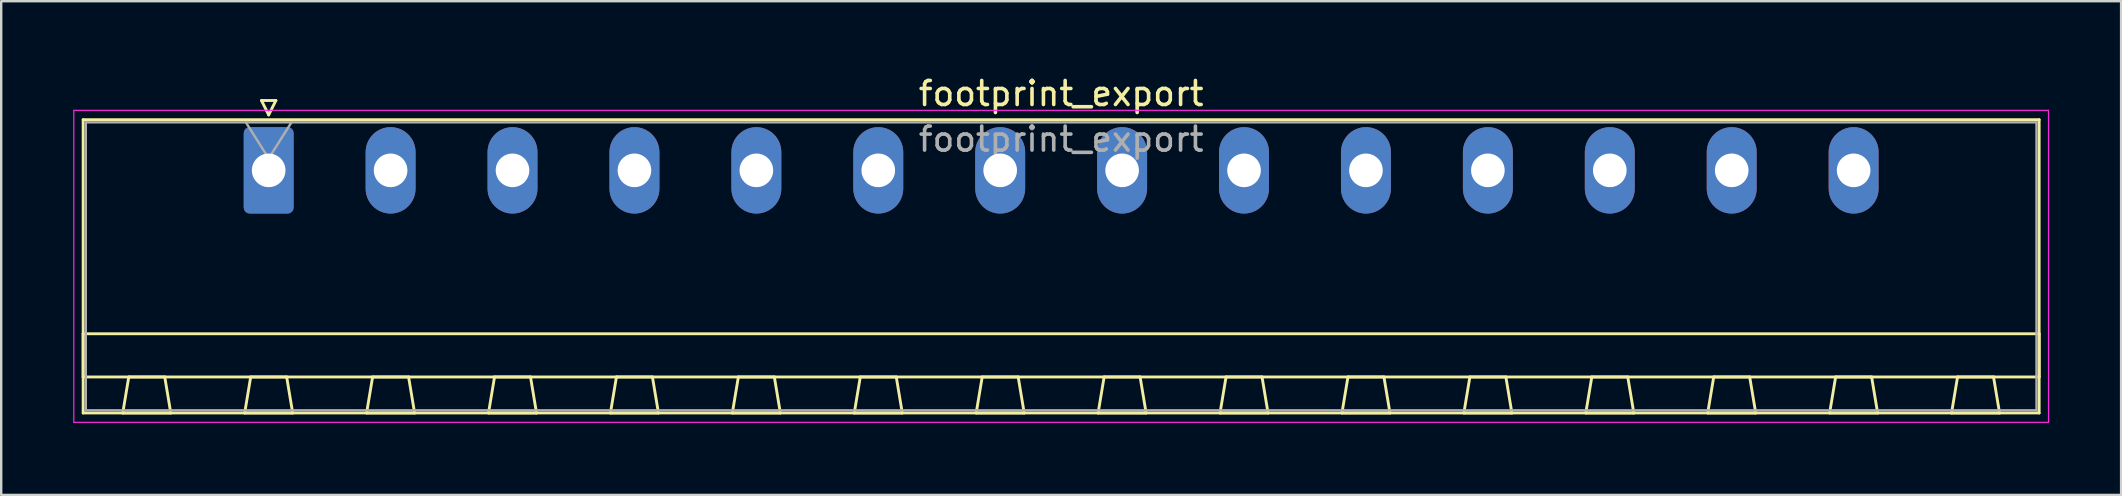
<source format=kicad_pcb>
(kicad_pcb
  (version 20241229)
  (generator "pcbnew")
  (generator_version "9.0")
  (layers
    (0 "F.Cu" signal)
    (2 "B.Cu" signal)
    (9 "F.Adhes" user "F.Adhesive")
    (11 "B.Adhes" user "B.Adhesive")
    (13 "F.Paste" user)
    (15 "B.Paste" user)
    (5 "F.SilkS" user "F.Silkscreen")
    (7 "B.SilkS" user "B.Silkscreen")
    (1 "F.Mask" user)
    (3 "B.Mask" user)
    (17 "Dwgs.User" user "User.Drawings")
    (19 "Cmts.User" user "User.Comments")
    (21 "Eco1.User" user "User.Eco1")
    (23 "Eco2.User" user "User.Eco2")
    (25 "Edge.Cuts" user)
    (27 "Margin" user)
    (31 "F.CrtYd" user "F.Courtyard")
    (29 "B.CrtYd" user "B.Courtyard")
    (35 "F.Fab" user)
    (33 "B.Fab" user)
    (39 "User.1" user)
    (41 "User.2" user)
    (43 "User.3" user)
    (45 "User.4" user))
  (footprint "footprint_export"
    (layer "F.Cu")
    (at 8.145 4.048)
    (property "Reference" "footprint_export" (at 33.02 -3.2 0) (layer "F.SilkS") (effects (font (size 1 1) (thickness 0.15))))
    (attr through_hole)
    (fp_line (start -7.73 -2.11) (end -7.73 10.11) (stroke (width 0.12) (type solid)) (layer "F.SilkS"))
    (fp_line (start -7.73 6.81) (end 73.77 6.81) (stroke (width 0.12) (type solid)) (layer "F.SilkS"))
    (fp_line (start -7.73 8.61) (end -7.73 6.81) (stroke (width 0.12) (type solid)) (layer "F.SilkS"))
    (fp_line (start -7.73 10.11) (end 73.77 10.11) (stroke (width 0.12) (type solid)) (layer "F.SilkS"))
    (fp_line (start -6.08 10.11) (end -4.08 10.11) (stroke (width 0.12) (type solid)) (layer "F.SilkS"))
    (fp_line (start -5.83 8.61) (end -6.08 10.11) (stroke (width 0.12) (type solid)) (layer "F.SilkS"))
    (fp_line (start -4.33 8.61) (end -5.83 8.61) (stroke (width 0.12) (type solid)) (layer "F.SilkS"))
    (fp_line (start -4.08 10.11) (end -4.33 8.61) (stroke (width 0.12) (type solid)) (layer "F.SilkS"))
    (fp_line (start -1 10.11) (end 1 10.11) (stroke (width 0.12) (type solid)) (layer "F.SilkS"))
    (fp_line (start -0.75 8.61) (end -1 10.11) (stroke (width 0.12) (type solid)) (layer "F.SilkS"))
    (fp_line (start -0.3 -2.91) (end 0.3 -2.91) (stroke (width 0.12) (type solid)) (layer "F.SilkS"))
    (fp_line (start 0 -2.31) (end -0.3 -2.91) (stroke (width 0.12) (type solid)) (layer "F.SilkS"))
    (fp_line (start 0.3 -2.91) (end 0 -2.31) (stroke (width 0.12) (type solid)) (layer "F.SilkS"))
    (fp_line (start 0.75 8.61) (end -0.75 8.61) (stroke (width 0.12) (type solid)) (layer "F.SilkS"))
    (fp_line (start 1 10.11) (end 0.75 8.61) (stroke (width 0.12) (type solid)) (layer "F.SilkS"))
    (fp_line (start 4.08 10.11) (end 6.08 10.11) (stroke (width 0.12) (type solid)) (layer "F.SilkS"))
    (fp_line (start 4.33 8.61) (end 4.08 10.11) (stroke (width 0.12) (type solid)) (layer "F.SilkS"))
    (fp_line (start 5.83 8.61) (end 4.33 8.61) (stroke (width 0.12) (type solid)) (layer "F.SilkS"))
    (fp_line (start 6.08 10.11) (end 5.83 8.61) (stroke (width 0.12) (type solid)) (layer "F.SilkS"))
    (fp_line (start 9.16 10.11) (end 11.16 10.11) (stroke (width 0.12) (type solid)) (layer "F.SilkS"))
    (fp_line (start 9.41 8.61) (end 9.16 10.11) (stroke (width 0.12) (type solid)) (layer "F.SilkS"))
    (fp_line (start 10.91 8.61) (end 9.41 8.61) (stroke (width 0.12) (type solid)) (layer "F.SilkS"))
    (fp_line (start 11.16 10.11) (end 10.91 8.61) (stroke (width 0.12) (type solid)) (layer "F.SilkS"))
    (fp_line (start 14.24 10.11) (end 16.24 10.11) (stroke (width 0.12) (type solid)) (layer "F.SilkS"))
    (fp_line (start 14.49 8.61) (end 14.24 10.11) (stroke (width 0.12) (type solid)) (layer "F.SilkS"))
    (fp_line (start 15.99 8.61) (end 14.49 8.61) (stroke (width 0.12) (type solid)) (layer "F.SilkS"))
    (fp_line (start 16.24 10.11) (end 15.99 8.61) (stroke (width 0.12) (type solid)) (layer "F.SilkS"))
    (fp_line (start 19.32 10.11) (end 21.32 10.11) (stroke (width 0.12) (type solid)) (layer "F.SilkS"))
    (fp_line (start 19.57 8.61) (end 19.32 10.11) (stroke (width 0.12) (type solid)) (layer "F.SilkS"))
    (fp_line (start 21.07 8.61) (end 19.57 8.61) (stroke (width 0.12) (type solid)) (layer "F.SilkS"))
    (fp_line (start 21.32 10.11) (end 21.07 8.61) (stroke (width 0.12) (type solid)) (layer "F.SilkS"))
    (fp_line (start 24.4 10.11) (end 26.4 10.11) (stroke (width 0.12) (type solid)) (layer "F.SilkS"))
    (fp_line (start 24.65 8.61) (end 24.4 10.11) (stroke (width 0.12) (type solid)) (layer "F.SilkS"))
    (fp_line (start 26.15 8.61) (end 24.65 8.61) (stroke (width 0.12) (type solid)) (layer "F.SilkS"))
    (fp_line (start 26.4 10.11) (end 26.15 8.61) (stroke (width 0.12) (type solid)) (layer "F.SilkS"))
    (fp_line (start 29.48 10.11) (end 31.48 10.11) (stroke (width 0.12) (type solid)) (layer "F.SilkS"))
    (fp_line (start 29.73 8.61) (end 29.48 10.11) (stroke (width 0.12) (type solid)) (layer "F.SilkS"))
    (fp_line (start 31.23 8.61) (end 29.73 8.61) (stroke (width 0.12) (type solid)) (layer "F.SilkS"))
    (fp_line (start 31.48 10.11) (end 31.23 8.61) (stroke (width 0.12) (type solid)) (layer "F.SilkS"))
    (fp_line (start 34.56 10.11) (end 36.56 10.11) (stroke (width 0.12) (type solid)) (layer "F.SilkS"))
    (fp_line (start 34.81 8.61) (end 34.56 10.11) (stroke (width 0.12) (type solid)) (layer "F.SilkS"))
    (fp_line (start 36.31 8.61) (end 34.81 8.61) (stroke (width 0.12) (type solid)) (layer "F.SilkS"))
    (fp_line (start 36.56 10.11) (end 36.31 8.61) (stroke (width 0.12) (type solid)) (layer "F.SilkS"))
    (fp_line (start 39.64 10.11) (end 41.64 10.11) (stroke (width 0.12) (type solid)) (layer "F.SilkS"))
    (fp_line (start 39.89 8.61) (end 39.64 10.11) (stroke (width 0.12) (type solid)) (layer "F.SilkS"))
    (fp_line (start 41.39 8.61) (end 39.89 8.61) (stroke (width 0.12) (type solid)) (layer "F.SilkS"))
    (fp_line (start 41.64 10.11) (end 41.39 8.61) (stroke (width 0.12) (type solid)) (layer "F.SilkS"))
    (fp_line (start 44.72 10.11) (end 46.72 10.11) (stroke (width 0.12) (type solid)) (layer "F.SilkS"))
    (fp_line (start 44.97 8.61) (end 44.72 10.11) (stroke (width 0.12) (type solid)) (layer "F.SilkS"))
    (fp_line (start 46.47 8.61) (end 44.97 8.61) (stroke (width 0.12) (type solid)) (layer "F.SilkS"))
    (fp_line (start 46.72 10.11) (end 46.47 8.61) (stroke (width 0.12) (type solid)) (layer "F.SilkS"))
    (fp_line (start 49.8 10.11) (end 51.8 10.11) (stroke (width 0.12) (type solid)) (layer "F.SilkS"))
    (fp_line (start 50.05 8.61) (end 49.8 10.11) (stroke (width 0.12) (type solid)) (layer "F.SilkS"))
    (fp_line (start 51.55 8.61) (end 50.05 8.61) (stroke (width 0.12) (type solid)) (layer "F.SilkS"))
    (fp_line (start 51.8 10.11) (end 51.55 8.61) (stroke (width 0.12) (type solid)) (layer "F.SilkS"))
    (fp_line (start 54.88 10.11) (end 56.88 10.11) (stroke (width 0.12) (type solid)) (layer "F.SilkS"))
    (fp_line (start 55.13 8.61) (end 54.88 10.11) (stroke (width 0.12) (type solid)) (layer "F.SilkS"))
    (fp_line (start 56.63 8.61) (end 55.13 8.61) (stroke (width 0.12) (type solid)) (layer "F.SilkS"))
    (fp_line (start 56.88 10.11) (end 56.63 8.61) (stroke (width 0.12) (type solid)) (layer "F.SilkS"))
    (fp_line (start 59.96 10.11) (end 61.96 10.11) (stroke (width 0.12) (type solid)) (layer "F.SilkS"))
    (fp_line (start 60.21 8.61) (end 59.96 10.11) (stroke (width 0.12) (type solid)) (layer "F.SilkS"))
    (fp_line (start 61.71 8.61) (end 60.21 8.61) (stroke (width 0.12) (type solid)) (layer "F.SilkS"))
    (fp_line (start 61.96 10.11) (end 61.71 8.61) (stroke (width 0.12) (type solid)) (layer "F.SilkS"))
    (fp_line (start 65.04 10.11) (end 67.04 10.11) (stroke (width 0.12) (type solid)) (layer "F.SilkS"))
    (fp_line (start 65.29 8.61) (end 65.04 10.11) (stroke (width 0.12) (type solid)) (layer "F.SilkS"))
    (fp_line (start 66.79 8.61) (end 65.29 8.61) (stroke (width 0.12) (type solid)) (layer "F.SilkS"))
    (fp_line (start 67.04 10.11) (end 66.79 8.61) (stroke (width 0.12) (type solid)) (layer "F.SilkS"))
    (fp_line (start 70.12 10.11) (end 72.12 10.11) (stroke (width 0.12) (type solid)) (layer "F.SilkS"))
    (fp_line (start 70.37 8.61) (end 70.12 10.11) (stroke (width 0.12) (type solid)) (layer "F.SilkS"))
    (fp_line (start 71.87 8.61) (end 70.37 8.61) (stroke (width 0.12) (type solid)) (layer "F.SilkS"))
    (fp_line (start 72.12 10.11) (end 71.87 8.61) (stroke (width 0.12) (type solid)) (layer "F.SilkS"))
    (fp_line (start 73.77 -2.11) (end -7.73 -2.11) (stroke (width 0.12) (type solid)) (layer "F.SilkS"))
    (fp_line (start 73.77 6.81) (end 73.77 8.61) (stroke (width 0.12) (type solid)) (layer "F.SilkS"))
    (fp_line (start 73.77 8.61) (end -7.73 8.61) (stroke (width 0.12) (type solid)) (layer "F.SilkS"))
    (fp_line (start 73.77 10.11) (end 73.77 -2.11) (stroke (width 0.12) (type solid)) (layer "F.SilkS"))
    (fp_line (start -8.12 -2.5) (end -8.12 10.5) (stroke (width 0.05) (type solid)) (layer "F.CrtYd"))
    (fp_line (start -8.12 10.5) (end 74.16 10.5) (stroke (width 0.05) (type solid)) (layer "F.CrtYd"))
    (fp_line (start 74.16 -2.5) (end -8.12 -2.5) (stroke (width 0.05) (type solid)) (layer "F.CrtYd"))
    (fp_line (start 74.16 10.5) (end 74.16 -2.5) (stroke (width 0.05) (type solid)) (layer "F.CrtYd"))
    (fp_line (start -7.62 -2) (end -7.62 10) (stroke (width 0.1) (type solid)) (layer "F.Fab"))
    (fp_line (start -7.62 10) (end 73.66 10) (stroke (width 0.1) (type solid)) (layer "F.Fab"))
    (fp_line (start 0 -0.5) (end -0.95 -2) (stroke (width 0.1) (type solid)) (layer "F.Fab"))
    (fp_line (start 0.95 -2) (end 0 -0.5) (stroke (width 0.1) (type solid)) (layer "F.Fab"))
    (fp_line (start 73.66 -2) (end -7.62 -2) (stroke (width 0.1) (type solid)) (layer "F.Fab"))
    (fp_line (start 73.66 10) (end 73.66 -2) (stroke (width 0.1) (type solid)) (layer "F.Fab"))
    (fp_text user "${REFERENCE}" (at 33.02 -1.3 0) (layer "F.Fab") (effects (font (size 1 1) (thickness 0.15))))
    (pad "1" thru_hole roundrect (at 0 0) (size 2.08 3.6) (drill 1.4) (layers "*.Cu" "*.Mask") (roundrect_rratio 0.12))
    (pad "2" thru_hole oval (at 5.08 0) (size 2.08 3.6) (drill 1.4) (layers "*.Cu" "*.Mask"))
    (pad "3" thru_hole oval (at 10.16 0) (size 2.08 3.6) (drill 1.4) (layers "*.Cu" "*.Mask"))
    (pad "4" thru_hole oval (at 15.24 0) (size 2.08 3.6) (drill 1.4) (layers "*.Cu" "*.Mask"))
    (pad "5" thru_hole oval (at 20.32 0) (size 2.08 3.6) (drill 1.4) (layers "*.Cu" "*.Mask"))
    (pad "6" thru_hole oval (at 25.4 0) (size 2.08 3.6) (drill 1.4) (layers "*.Cu" "*.Mask"))
    (pad "7" thru_hole oval (at 30.48 0) (size 2.08 3.6) (drill 1.4) (layers "*.Cu" "*.Mask"))
    (pad "8" thru_hole oval (at 35.56 0) (size 2.08 3.6) (drill 1.4) (layers "*.Cu" "*.Mask"))
    (pad "9" thru_hole oval (at 40.64 0) (size 2.08 3.6) (drill 1.4) (layers "*.Cu" "*.Mask"))
    (pad "10" thru_hole oval (at 45.72 0) (size 2.08 3.6) (drill 1.4) (layers "*.Cu" "*.Mask"))
    (pad "11" thru_hole oval (at 50.8 0) (size 2.08 3.6) (drill 1.4) (layers "*.Cu" "*.Mask"))
    (pad "12" thru_hole oval (at 55.88 0) (size 2.08 3.6) (drill 1.4) (layers "*.Cu" "*.Mask"))
    (pad "13" thru_hole oval (at 60.96 0) (size 2.08 3.6) (drill 1.4) (layers "*.Cu" "*.Mask"))
    (pad "14" thru_hole oval (at 66.04 0) (size 2.08 3.6) (drill 1.4) (layers "*.Cu" "*.Mask")))
  (gr_rect
    (start -3 -3)
    (end 85.33 17.573)
    (stroke (width 0.1) (type default))
    (fill no)
    (layer "Edge.Cuts")))
</source>
